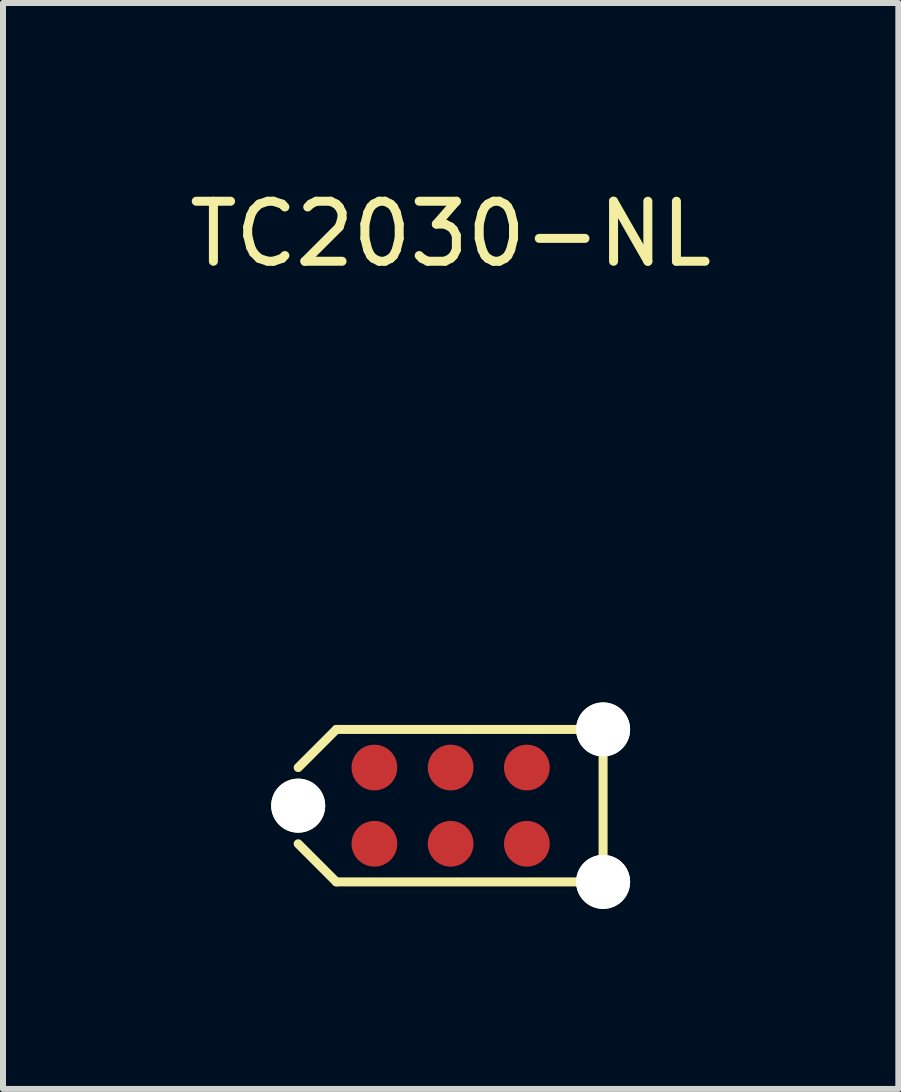
<source format=kicad_pcb>
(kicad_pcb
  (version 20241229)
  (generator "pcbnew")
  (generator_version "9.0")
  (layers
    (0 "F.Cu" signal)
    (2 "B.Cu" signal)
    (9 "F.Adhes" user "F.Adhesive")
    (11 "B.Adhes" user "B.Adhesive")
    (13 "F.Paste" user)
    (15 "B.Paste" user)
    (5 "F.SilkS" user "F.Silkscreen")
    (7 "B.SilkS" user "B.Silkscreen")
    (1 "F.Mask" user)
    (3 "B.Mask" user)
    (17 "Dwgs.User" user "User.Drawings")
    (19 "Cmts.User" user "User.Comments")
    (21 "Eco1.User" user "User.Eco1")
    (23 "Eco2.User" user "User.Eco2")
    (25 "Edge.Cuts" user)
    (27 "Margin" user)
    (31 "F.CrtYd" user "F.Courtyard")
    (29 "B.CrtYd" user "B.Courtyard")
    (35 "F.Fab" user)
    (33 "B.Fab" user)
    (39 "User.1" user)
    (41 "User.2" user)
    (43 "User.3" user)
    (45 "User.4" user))
  (footprint "TC2030-NL"
    (layer "F.Cu")
    (at 4.458 9.738)
    (property "Reference" "TC2030-NL" (at 0 -8.89 0) (layer "F.SilkS") (effects (font (size 1 1) (thickness 0.15))))
    (attr through_hole)
    (fp_line (start -1.905 -0.635) (end -2.54 0) (stroke (width 0.15) (type solid)) (layer "F.SilkS"))
    (fp_line (start -1.905 1.905) (end -2.54 1.27) (stroke (width 0.15) (type solid)) (layer "F.SilkS"))
    (fp_line (start 2.54 -0.635) (end -1.905 -0.635) (stroke (width 0.15) (type solid)) (layer "F.SilkS"))
    (fp_line (start 2.54 -0.635) (end 2.54 1.905) (stroke (width 0.15) (type solid)) (layer "F.SilkS"))
    (fp_line (start 2.54 1.905) (end -1.905 1.905) (stroke (width 0.15) (type solid)) (layer "F.SilkS"))
    (pad "" np_thru_hole circle (at -2.54 0.635) (size 0.9 0.9) (drill 0.9) (layers "*.Cu" "*.Mask" "F.SilkS"))
    (pad "" np_thru_hole circle (at 2.54 -0.635) (size 0.9 0.9) (drill 0.9) (layers "*.Cu" "*.Mask" "F.SilkS"))
    (pad "" np_thru_hole circle (at 2.54 1.905) (size 0.9 0.9) (drill 0.9) (layers "*.Cu" "*.Mask" "F.SilkS"))
    (pad "1" smd circle (at -1.27 1.27) (size 0.762 0.762) (layers "F.Cu" "F.Mask"))
    (pad "2" smd circle (at -1.27 0) (size 0.762 0.762) (layers "F.Cu" "F.Mask"))
    (pad "3" smd circle (at 0 1.27) (size 0.762 0.762) (layers "F.Cu" "F.Mask"))
    (pad "4" smd circle (at 0 0) (size 0.762 0.762) (layers "F.Cu" "F.Mask"))
    (pad "5" smd circle (at 1.27 1.27) (size 0.762 0.762) (layers "F.Cu" "F.Mask"))
    (pad "6" smd circle (at 1.27 0) (size 0.762 0.762) (layers "F.Cu" "F.Mask")))
  (gr_rect
    (start -3 -3)
    (end 11.917 15.093)
    (stroke (width 0.1) (type default))
    (fill no)
    (layer "Edge.Cuts")))
</source>
